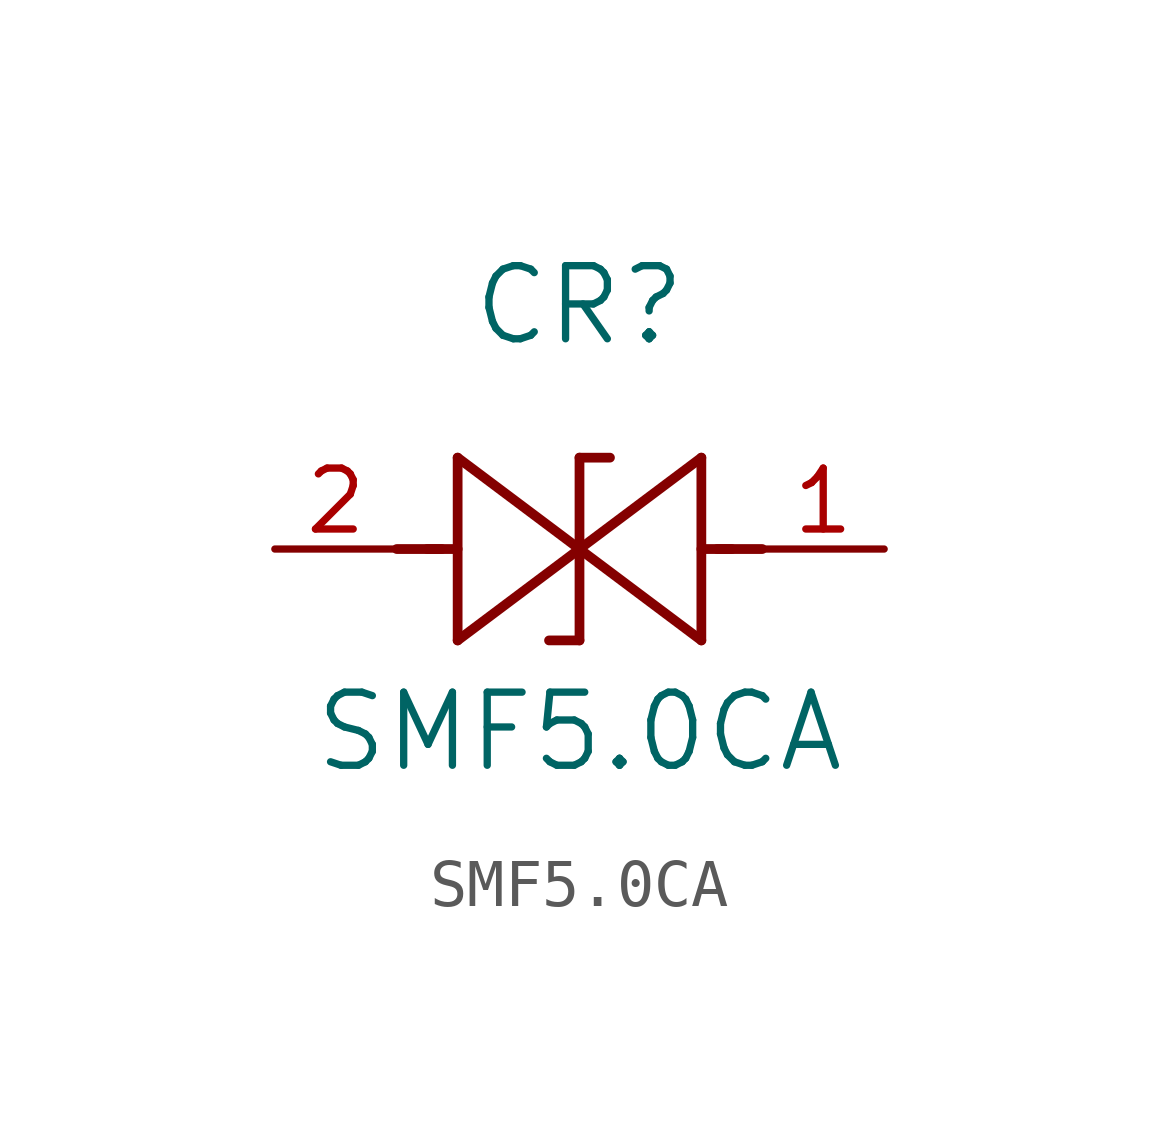
<source format=kicad_sym>
(kicad_symbol_lib
  (version 20211014)
  (generator kicad_symbol_editor)
  (symbol "SMF5.0CA"
    (pin_names
      (offset 0.254))
    (property "Reference" "CR"
      (at 6.35 5.08 0)
      (effects (font (size 1.524 1.524))))
    (property "Value" "SMF5.0CA"
      (at 6.35 -3.81 0)
      (effects (font (size 1.524 1.524))))
    (symbol "SMF5.0CA_0_1"
      (polyline (pts (xy 2.54 0) (xy 3.48 0)) (stroke (width 0.203) (type default) (color 0 0 0 0)) (fill (type none)))
      (polyline (pts (xy 3.81 1.905) (xy 3.81 -1.905)) (stroke (width 0.203) (type default) (color 0 0 0 0)) (fill (type none)))
      (polyline (pts (xy 3.175 0) (xy 3.81 0)) (stroke (width 0.203) (type default) (color 0 0 0 0)) (fill (type none)))
      (polyline (pts (xy 6.35 0) (xy 3.81 1.905)) (stroke (width 0.203) (type default) (color 0 0 0 0)) (fill (type none)))
      (polyline (pts (xy 3.81 -1.905) (xy 6.35 0)) (stroke (width 0.203) (type default) (color 0 0 0 0)) (fill (type none)))
      (polyline (pts (xy 6.35 1.905) (xy 6.985 1.905)) (stroke (width 0.203) (type default) (color 0 0 0 0)) (fill (type none)))
      (polyline (pts (xy 6.35 -1.905) (xy 5.715 -1.905)) (stroke (width 0.203) (type default) (color 0 0 0 0)) (fill (type none)))
      (polyline (pts (xy 10.16 0) (xy 9.22 0)) (stroke (width 0.203) (type default) (color 0 0 0 0)) (fill (type none)))
      (polyline (pts (xy 8.89 -1.905) (xy 8.89 1.905)) (stroke (width 0.203) (type default) (color 0 0 0 0)) (fill (type none)))
      (polyline (pts (xy 9.525 0) (xy 8.89 0)) (stroke (width 0.203) (type default) (color 0 0 0 0)) (fill (type none)))
      (polyline (pts (xy 6.35 1.905) (xy 6.35 -1.905)) (stroke (width 0.203) (type default) (color 0 0 0 0)) (fill (type none)))
      (polyline (pts (xy 6.35 0) (xy 8.89 -1.905)) (stroke (width 0.203) (type default) (color 0 0 0 0)) (fill (type none)))
      (polyline (pts (xy 8.89 1.905) (xy 6.35 0)) (stroke (width 0.203) (type default) (color 0 0 0 0)) (fill (type none)))
      (pin unspecified line (at 12.7 0 180) (length 2.54) (name "" (effects (font (size 1.27 1.27)))) (number "1" (effects (font (size 1.27 1.27)))))
      (pin unspecified line (at 0 0 0) (length 2.54) (name "" (effects (font (size 1.27 1.27)))) (number "2" (effects (font (size 1.27 1.27))))))))
</source>
